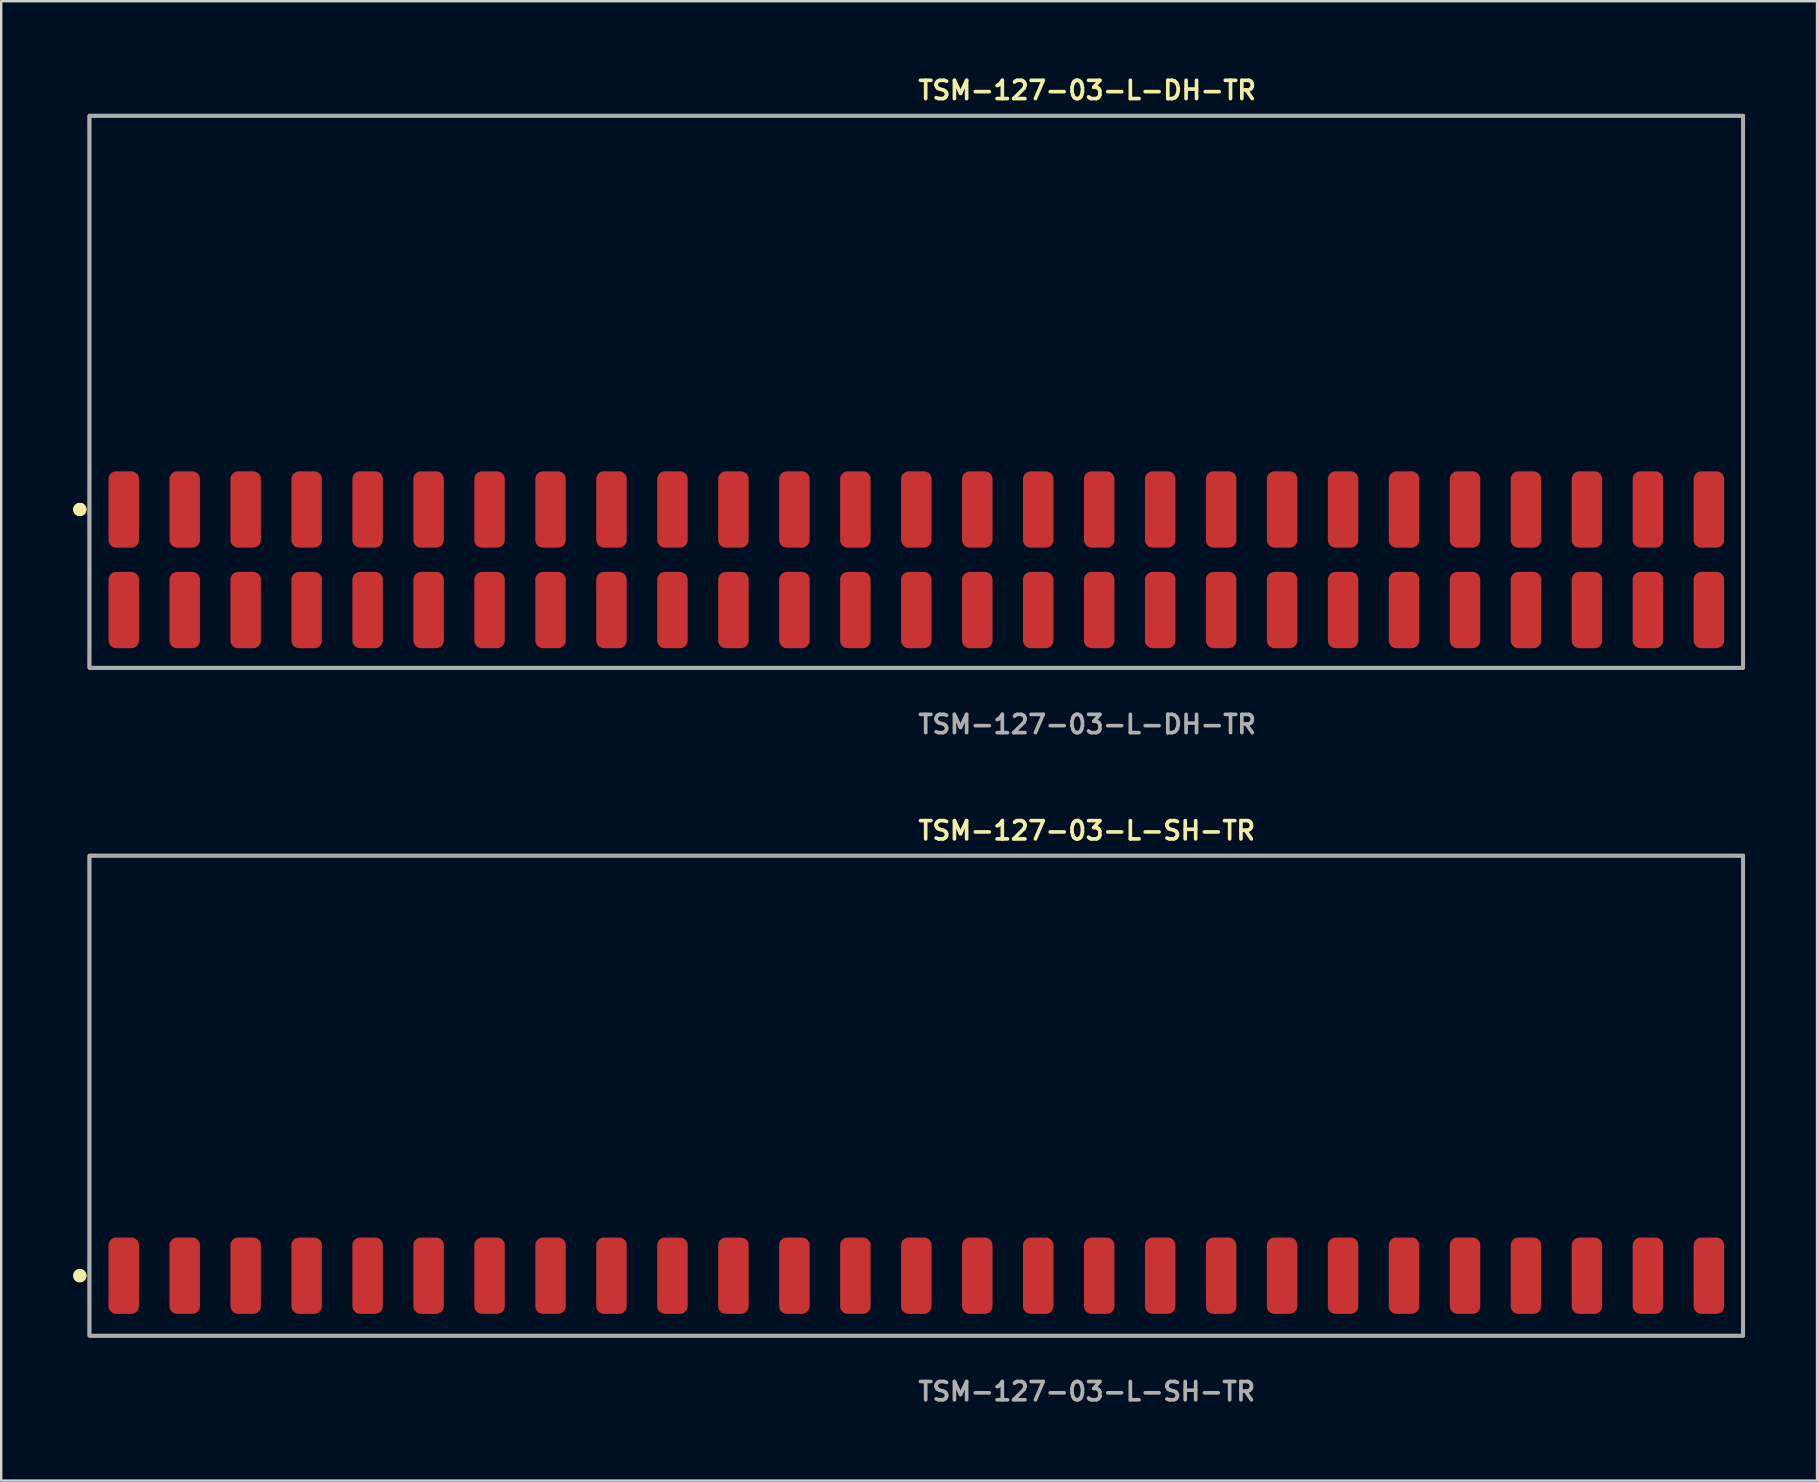
<source format=kicad_pcb>
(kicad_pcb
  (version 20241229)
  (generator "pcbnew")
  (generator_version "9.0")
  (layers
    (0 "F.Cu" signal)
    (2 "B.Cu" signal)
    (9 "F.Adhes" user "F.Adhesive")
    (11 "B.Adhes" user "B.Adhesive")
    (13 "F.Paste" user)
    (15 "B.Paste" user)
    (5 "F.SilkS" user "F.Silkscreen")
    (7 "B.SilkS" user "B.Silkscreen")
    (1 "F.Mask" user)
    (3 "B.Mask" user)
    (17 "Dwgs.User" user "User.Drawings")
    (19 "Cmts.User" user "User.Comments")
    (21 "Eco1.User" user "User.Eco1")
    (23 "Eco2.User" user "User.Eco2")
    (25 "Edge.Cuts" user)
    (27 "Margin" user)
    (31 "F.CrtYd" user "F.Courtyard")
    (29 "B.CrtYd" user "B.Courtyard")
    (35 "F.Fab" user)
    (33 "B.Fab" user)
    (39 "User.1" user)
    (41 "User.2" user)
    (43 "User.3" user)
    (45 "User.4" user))
  (footprint "TSM-127-03-L-SH-TR"
    (layer "F.Cu")
    (at 35.126 50.098)
    (property "Reference" "TSM-127-03-L-SH-TR" (at 0 -18.542 0) (unlocked yes) (layer "F.SilkS") (effects (font (size 0.762 0.762) (thickness 0.152)) (justify left)))
    (fp_rect (start -34.45 2.5) (end 34.45 -17.5) (stroke (width 0.152) (type solid)) (fill no) (layer "F.SilkS"))
    (fp_circle (center -34.85 0) (end -35.05 0) (stroke (width 0.152) (type solid)) (fill yes) (layer "F.SilkS"))
    (fp_circle (center -34.85 0) (end -35.05 0) (stroke (width 0.152) (type solid)) (fill yes) (layer "F.SilkS"))
    (fp_rect (start -34.45 2.5) (end 34.45 -17.5) (stroke (width 0.006) (type solid)) (fill no) (layer "F.CrtYd"))
    (fp_rect (start -34.45 2.5) (end 34.45 -17.5) (stroke (width 0.152) (type solid)) (fill no) (layer "F.Fab"))
    (fp_text user "${REFERENCE}" (at 0 4.826 0) (unlocked yes) (layer "F.Fab") (effects (font (size 0.762 0.762) (thickness 0.152)) (justify left)))
    (pad "1" smd roundrect (at -33.02 0) (size 1.27 3.18) (layers "F.Cu" "F.Paste") (roundrect_rratio 0.25))
    (pad "2" smd roundrect (at -30.48 0) (size 1.27 3.18) (layers "F.Cu" "F.Paste") (roundrect_rratio 0.25))
    (pad "3" smd roundrect (at -27.94 0) (size 1.27 3.18) (layers "F.Cu" "F.Paste") (roundrect_rratio 0.25))
    (pad "4" smd roundrect (at -25.4 0) (size 1.27 3.18) (layers "F.Cu" "F.Paste") (roundrect_rratio 0.25))
    (pad "5" smd roundrect (at -22.86 0) (size 1.27 3.18) (layers "F.Cu" "F.Paste") (roundrect_rratio 0.25))
    (pad "6" smd roundrect (at -20.32 0) (size 1.27 3.18) (layers "F.Cu" "F.Paste") (roundrect_rratio 0.25))
    (pad "7" smd roundrect (at -17.78 0) (size 1.27 3.18) (layers "F.Cu" "F.Paste") (roundrect_rratio 0.25))
    (pad "8" smd roundrect (at -15.24 0) (size 1.27 3.18) (layers "F.Cu" "F.Paste") (roundrect_rratio 0.25))
    (pad "9" smd roundrect (at -12.7 0) (size 1.27 3.18) (layers "F.Cu" "F.Paste") (roundrect_rratio 0.25))
    (pad "10" smd roundrect (at -10.16 0) (size 1.27 3.18) (layers "F.Cu" "F.Paste") (roundrect_rratio 0.25))
    (pad "11" smd roundrect (at -7.62 0) (size 1.27 3.18) (layers "F.Cu" "F.Paste") (roundrect_rratio 0.25))
    (pad "12" smd roundrect (at -5.08 0) (size 1.27 3.18) (layers "F.Cu" "F.Paste") (roundrect_rratio 0.25))
    (pad "13" smd roundrect (at -2.54 0) (size 1.27 3.18) (layers "F.Cu" "F.Paste") (roundrect_rratio 0.25))
    (pad "14" smd roundrect (at 0 0) (size 1.27 3.18) (layers "F.Cu" "F.Paste") (roundrect_rratio 0.25))
    (pad "15" smd roundrect (at 2.54 0) (size 1.27 3.18) (layers "F.Cu" "F.Paste") (roundrect_rratio 0.25))
    (pad "16" smd roundrect (at 5.08 0) (size 1.27 3.18) (layers "F.Cu" "F.Paste") (roundrect_rratio 0.25))
    (pad "17" smd roundrect (at 7.62 0) (size 1.27 3.18) (layers "F.Cu" "F.Paste") (roundrect_rratio 0.25))
    (pad "18" smd roundrect (at 10.16 0) (size 1.27 3.18) (layers "F.Cu" "F.Paste") (roundrect_rratio 0.25))
    (pad "19" smd roundrect (at 12.7 0) (size 1.27 3.18) (layers "F.Cu" "F.Paste") (roundrect_rratio 0.25))
    (pad "20" smd roundrect (at 15.24 0) (size 1.27 3.18) (layers "F.Cu" "F.Paste") (roundrect_rratio 0.25))
    (pad "21" smd roundrect (at 17.78 0) (size 1.27 3.18) (layers "F.Cu" "F.Paste") (roundrect_rratio 0.25))
    (pad "22" smd roundrect (at 20.32 0) (size 1.27 3.18) (layers "F.Cu" "F.Paste") (roundrect_rratio 0.25))
    (pad "23" smd roundrect (at 22.86 0) (size 1.27 3.18) (layers "F.Cu" "F.Paste") (roundrect_rratio 0.25))
    (pad "24" smd roundrect (at 25.4 0) (size 1.27 3.18) (layers "F.Cu" "F.Paste") (roundrect_rratio 0.25))
    (pad "25" smd roundrect (at 27.94 0) (size 1.27 3.18) (layers "F.Cu" "F.Paste") (roundrect_rratio 0.25))
    (pad "26" smd roundrect (at 30.48 0) (size 1.27 3.18) (layers "F.Cu" "F.Paste") (roundrect_rratio 0.25))
    (pad "27" smd roundrect (at 33.02 0) (size 1.27 3.18) (layers "F.Cu" "F.Paste") (roundrect_rratio 0.25)))
  (footprint "TSM-127-03-L-DH-TR"
    (layer "F.Cu")
    (at 35.126 20.271)
    (property "Reference" "TSM-127-03-L-DH-TR" (at 0 -19.558 0) (unlocked yes) (layer "F.SilkS") (effects (font (size 0.762 0.762) (thickness 0.152)) (justify left)))
    (fp_rect (start -34.45 4.5) (end 34.45 -18.5) (stroke (width 0.152) (type solid)) (fill no) (layer "F.SilkS"))
    (fp_circle (center -34.85 -2.095) (end -35.05 -2.095) (stroke (width 0.152) (type solid)) (fill yes) (layer "F.SilkS"))
    (fp_circle (center -34.85 -2.095) (end -35.05 -2.095) (stroke (width 0.152) (type solid)) (fill yes) (layer "F.SilkS"))
    (fp_rect (start -34.45 4.5) (end 34.45 -18.5) (stroke (width 0.006) (type solid)) (fill no) (layer "F.CrtYd"))
    (fp_rect (start -34.45 4.5) (end 34.45 -18.5) (stroke (width 0.152) (type solid)) (fill no) (layer "F.Fab"))
    (fp_text user "${REFERENCE}" (at 0 6.858 0) (unlocked yes) (layer "F.Fab") (effects (font (size 0.762 0.762) (thickness 0.152)) (justify left)))
    (pad "1" smd roundrect (at -33.02 2.095) (size 1.27 3.18) (layers "F.Cu" "F.Paste") (roundrect_rratio 0.25))
    (pad "2" smd roundrect (at -33.02 -2.095) (size 1.27 3.18) (layers "F.Cu" "F.Paste") (roundrect_rratio 0.25))
    (pad "3" smd roundrect (at -30.48 2.095) (size 1.27 3.18) (layers "F.Cu" "F.Paste") (roundrect_rratio 0.25))
    (pad "4" smd roundrect (at -30.48 -2.095) (size 1.27 3.18) (layers "F.Cu" "F.Paste") (roundrect_rratio 0.25))
    (pad "5" smd roundrect (at -27.94 2.095) (size 1.27 3.18) (layers "F.Cu" "F.Paste") (roundrect_rratio 0.25))
    (pad "6" smd roundrect (at -27.94 -2.095) (size 1.27 3.18) (layers "F.Cu" "F.Paste") (roundrect_rratio 0.25))
    (pad "7" smd roundrect (at -25.4 2.095) (size 1.27 3.18) (layers "F.Cu" "F.Paste") (roundrect_rratio 0.25))
    (pad "8" smd roundrect (at -25.4 -2.095) (size 1.27 3.18) (layers "F.Cu" "F.Paste") (roundrect_rratio 0.25))
    (pad "9" smd roundrect (at -22.86 2.095) (size 1.27 3.18) (layers "F.Cu" "F.Paste") (roundrect_rratio 0.25))
    (pad "10" smd roundrect (at -22.86 -2.095) (size 1.27 3.18) (layers "F.Cu" "F.Paste") (roundrect_rratio 0.25))
    (pad "11" smd roundrect (at -20.32 2.095) (size 1.27 3.18) (layers "F.Cu" "F.Paste") (roundrect_rratio 0.25))
    (pad "12" smd roundrect (at -20.32 -2.095) (size 1.27 3.18) (layers "F.Cu" "F.Paste") (roundrect_rratio 0.25))
    (pad "13" smd roundrect (at -17.78 2.095) (size 1.27 3.18) (layers "F.Cu" "F.Paste") (roundrect_rratio 0.25))
    (pad "14" smd roundrect (at -17.78 -2.095) (size 1.27 3.18) (layers "F.Cu" "F.Paste") (roundrect_rratio 0.25))
    (pad "15" smd roundrect (at -15.24 2.095) (size 1.27 3.18) (layers "F.Cu" "F.Paste") (roundrect_rratio 0.25))
    (pad "16" smd roundrect (at -15.24 -2.095) (size 1.27 3.18) (layers "F.Cu" "F.Paste") (roundrect_rratio 0.25))
    (pad "17" smd roundrect (at -12.7 2.095) (size 1.27 3.18) (layers "F.Cu" "F.Paste") (roundrect_rratio 0.25))
    (pad "18" smd roundrect (at -12.7 -2.095) (size 1.27 3.18) (layers "F.Cu" "F.Paste") (roundrect_rratio 0.25))
    (pad "19" smd roundrect (at -10.16 2.095) (size 1.27 3.18) (layers "F.Cu" "F.Paste") (roundrect_rratio 0.25))
    (pad "20" smd roundrect (at -10.16 -2.095) (size 1.27 3.18) (layers "F.Cu" "F.Paste") (roundrect_rratio 0.25))
    (pad "21" smd roundrect (at -7.62 2.095) (size 1.27 3.18) (layers "F.Cu" "F.Paste") (roundrect_rratio 0.25))
    (pad "22" smd roundrect (at -7.62 -2.095) (size 1.27 3.18) (layers "F.Cu" "F.Paste") (roundrect_rratio 0.25))
    (pad "23" smd roundrect (at -5.08 2.095) (size 1.27 3.18) (layers "F.Cu" "F.Paste") (roundrect_rratio 0.25))
    (pad "24" smd roundrect (at -5.08 -2.095) (size 1.27 3.18) (layers "F.Cu" "F.Paste") (roundrect_rratio 0.25))
    (pad "25" smd roundrect (at -2.54 2.095) (size 1.27 3.18) (layers "F.Cu" "F.Paste") (roundrect_rratio 0.25))
    (pad "26" smd roundrect (at -2.54 -2.095) (size 1.27 3.18) (layers "F.Cu" "F.Paste") (roundrect_rratio 0.25))
    (pad "27" smd roundrect (at 0 2.095) (size 1.27 3.18) (layers "F.Cu" "F.Paste") (roundrect_rratio 0.25))
    (pad "28" smd roundrect (at 0 -2.095) (size 1.27 3.18) (layers "F.Cu" "F.Paste") (roundrect_rratio 0.25))
    (pad "29" smd roundrect (at 2.54 2.095) (size 1.27 3.18) (layers "F.Cu" "F.Paste") (roundrect_rratio 0.25))
    (pad "30" smd roundrect (at 2.54 -2.095) (size 1.27 3.18) (layers "F.Cu" "F.Paste") (roundrect_rratio 0.25))
    (pad "31" smd roundrect (at 5.08 2.095) (size 1.27 3.18) (layers "F.Cu" "F.Paste") (roundrect_rratio 0.25))
    (pad "32" smd roundrect (at 5.08 -2.095) (size 1.27 3.18) (layers "F.Cu" "F.Paste") (roundrect_rratio 0.25))
    (pad "33" smd roundrect (at 7.62 2.095) (size 1.27 3.18) (layers "F.Cu" "F.Paste") (roundrect_rratio 0.25))
    (pad "34" smd roundrect (at 7.62 -2.095) (size 1.27 3.18) (layers "F.Cu" "F.Paste") (roundrect_rratio 0.25))
    (pad "35" smd roundrect (at 10.16 2.095) (size 1.27 3.18) (layers "F.Cu" "F.Paste") (roundrect_rratio 0.25))
    (pad "36" smd roundrect (at 10.16 -2.095) (size 1.27 3.18) (layers "F.Cu" "F.Paste") (roundrect_rratio 0.25))
    (pad "37" smd roundrect (at 12.7 2.095) (size 1.27 3.18) (layers "F.Cu" "F.Paste") (roundrect_rratio 0.25))
    (pad "38" smd roundrect (at 12.7 -2.095) (size 1.27 3.18) (layers "F.Cu" "F.Paste") (roundrect_rratio 0.25))
    (pad "39" smd roundrect (at 15.24 2.095) (size 1.27 3.18) (layers "F.Cu" "F.Paste") (roundrect_rratio 0.25))
    (pad "40" smd roundrect (at 15.24 -2.095) (size 1.27 3.18) (layers "F.Cu" "F.Paste") (roundrect_rratio 0.25))
    (pad "41" smd roundrect (at 17.78 2.095) (size 1.27 3.18) (layers "F.Cu" "F.Paste") (roundrect_rratio 0.25))
    (pad "42" smd roundrect (at 17.78 -2.095) (size 1.27 3.18) (layers "F.Cu" "F.Paste") (roundrect_rratio 0.25))
    (pad "43" smd roundrect (at 20.32 2.095) (size 1.27 3.18) (layers "F.Cu" "F.Paste") (roundrect_rratio 0.25))
    (pad "44" smd roundrect (at 20.32 -2.095) (size 1.27 3.18) (layers "F.Cu" "F.Paste") (roundrect_rratio 0.25))
    (pad "45" smd roundrect (at 22.86 2.095) (size 1.27 3.18) (layers "F.Cu" "F.Paste") (roundrect_rratio 0.25))
    (pad "46" smd roundrect (at 22.86 -2.095) (size 1.27 3.18) (layers "F.Cu" "F.Paste") (roundrect_rratio 0.25))
    (pad "47" smd roundrect (at 25.4 2.095) (size 1.27 3.18) (layers "F.Cu" "F.Paste") (roundrect_rratio 0.25))
    (pad "48" smd roundrect (at 25.4 -2.095) (size 1.27 3.18) (layers "F.Cu" "F.Paste") (roundrect_rratio 0.25))
    (pad "49" smd roundrect (at 27.94 2.095) (size 1.27 3.18) (layers "F.Cu" "F.Paste") (roundrect_rratio 0.25))
    (pad "50" smd roundrect (at 27.94 -2.095) (size 1.27 3.18) (layers "F.Cu" "F.Paste") (roundrect_rratio 0.25))
    (pad "51" smd roundrect (at 30.48 2.095) (size 1.27 3.18) (layers "F.Cu" "F.Paste") (roundrect_rratio 0.25))
    (pad "52" smd roundrect (at 30.48 -2.095) (size 1.27 3.18) (layers "F.Cu" "F.Paste") (roundrect_rratio 0.25))
    (pad "53" smd roundrect (at 33.02 2.095) (size 1.27 3.18) (layers "F.Cu" "F.Paste") (roundrect_rratio 0.25))
    (pad "54" smd roundrect (at 33.02 -2.095) (size 1.27 3.18) (layers "F.Cu" "F.Paste") (roundrect_rratio 0.25)))
  (gr_rect
    (start -3 -3)
    (end 72.652 58.637)
    (stroke (width 0.1) (type default))
    (fill no)
    (layer "Edge.Cuts")))
</source>
